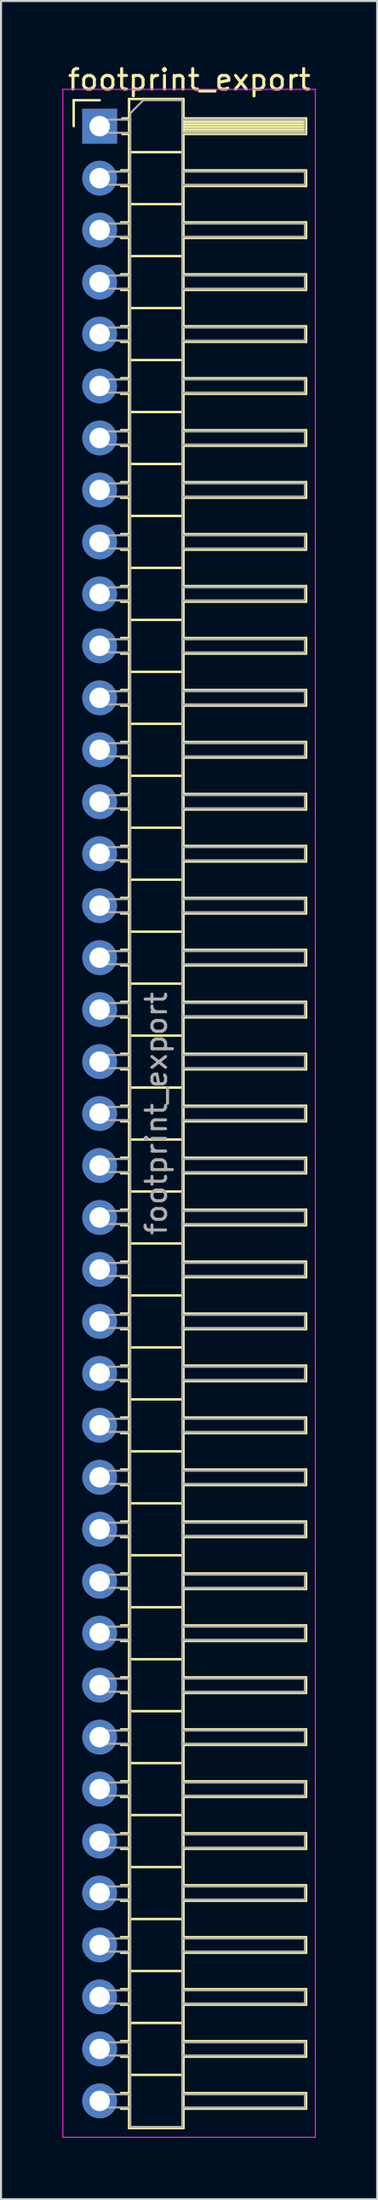
<source format=kicad_pcb>
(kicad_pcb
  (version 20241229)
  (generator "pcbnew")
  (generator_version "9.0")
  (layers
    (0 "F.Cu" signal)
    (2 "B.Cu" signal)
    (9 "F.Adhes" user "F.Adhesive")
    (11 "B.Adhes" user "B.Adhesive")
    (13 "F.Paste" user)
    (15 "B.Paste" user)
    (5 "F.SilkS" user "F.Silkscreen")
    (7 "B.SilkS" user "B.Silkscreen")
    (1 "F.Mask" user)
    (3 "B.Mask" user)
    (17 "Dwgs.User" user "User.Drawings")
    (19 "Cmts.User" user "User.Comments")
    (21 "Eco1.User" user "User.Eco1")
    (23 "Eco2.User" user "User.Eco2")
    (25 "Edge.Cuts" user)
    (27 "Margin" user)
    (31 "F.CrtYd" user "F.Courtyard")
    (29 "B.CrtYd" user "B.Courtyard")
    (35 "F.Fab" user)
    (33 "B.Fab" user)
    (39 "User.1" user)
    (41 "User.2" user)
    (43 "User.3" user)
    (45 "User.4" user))
  (footprint "footprint_export"
    (layer "F.Cu")
    (at 1.825 3.118)
    (property "Reference" "footprint_export" (at 4.385 -2.27 0) (layer "F.SilkS") (effects (font (size 1 1) (thickness 0.15))))
    (attr through_hole)
    (fp_line (start -1.27 -1.27) (end 0 -1.27) (stroke (width 0.12) (type solid)) (layer "F.SilkS"))
    (fp_line (start -1.27 0) (end -1.27 -1.27) (stroke (width 0.12) (type solid)) (layer "F.SilkS"))
    (fp_line (start 1.043 2.16) (end 1.44 2.16) (stroke (width 0.12) (type solid)) (layer "F.SilkS"))
    (fp_line (start 1.043 2.92) (end 1.44 2.92) (stroke (width 0.12) (type solid)) (layer "F.SilkS"))
    (fp_line (start 1.043 4.7) (end 1.44 4.7) (stroke (width 0.12) (type solid)) (layer "F.SilkS"))
    (fp_line (start 1.043 5.46) (end 1.44 5.46) (stroke (width 0.12) (type solid)) (layer "F.SilkS"))
    (fp_line (start 1.043 7.24) (end 1.44 7.24) (stroke (width 0.12) (type solid)) (layer "F.SilkS"))
    (fp_line (start 1.043 8) (end 1.44 8) (stroke (width 0.12) (type solid)) (layer "F.SilkS"))
    (fp_line (start 1.043 9.78) (end 1.44 9.78) (stroke (width 0.12) (type solid)) (layer "F.SilkS"))
    (fp_line (start 1.043 10.54) (end 1.44 10.54) (stroke (width 0.12) (type solid)) (layer "F.SilkS"))
    (fp_line (start 1.043 12.32) (end 1.44 12.32) (stroke (width 0.12) (type solid)) (layer "F.SilkS"))
    (fp_line (start 1.043 13.08) (end 1.44 13.08) (stroke (width 0.12) (type solid)) (layer "F.SilkS"))
    (fp_line (start 1.043 14.86) (end 1.44 14.86) (stroke (width 0.12) (type solid)) (layer "F.SilkS"))
    (fp_line (start 1.043 15.62) (end 1.44 15.62) (stroke (width 0.12) (type solid)) (layer "F.SilkS"))
    (fp_line (start 1.043 17.4) (end 1.44 17.4) (stroke (width 0.12) (type solid)) (layer "F.SilkS"))
    (fp_line (start 1.043 18.16) (end 1.44 18.16) (stroke (width 0.12) (type solid)) (layer "F.SilkS"))
    (fp_line (start 1.043 19.94) (end 1.44 19.94) (stroke (width 0.12) (type solid)) (layer "F.SilkS"))
    (fp_line (start 1.043 20.7) (end 1.44 20.7) (stroke (width 0.12) (type solid)) (layer "F.SilkS"))
    (fp_line (start 1.043 22.48) (end 1.44 22.48) (stroke (width 0.12) (type solid)) (layer "F.SilkS"))
    (fp_line (start 1.043 23.24) (end 1.44 23.24) (stroke (width 0.12) (type solid)) (layer "F.SilkS"))
    (fp_line (start 1.043 25.02) (end 1.44 25.02) (stroke (width 0.12) (type solid)) (layer "F.SilkS"))
    (fp_line (start 1.043 25.78) (end 1.44 25.78) (stroke (width 0.12) (type solid)) (layer "F.SilkS"))
    (fp_line (start 1.043 27.56) (end 1.44 27.56) (stroke (width 0.12) (type solid)) (layer "F.SilkS"))
    (fp_line (start 1.043 28.32) (end 1.44 28.32) (stroke (width 0.12) (type solid)) (layer "F.SilkS"))
    (fp_line (start 1.043 30.1) (end 1.44 30.1) (stroke (width 0.12) (type solid)) (layer "F.SilkS"))
    (fp_line (start 1.043 30.86) (end 1.44 30.86) (stroke (width 0.12) (type solid)) (layer "F.SilkS"))
    (fp_line (start 1.043 32.64) (end 1.44 32.64) (stroke (width 0.12) (type solid)) (layer "F.SilkS"))
    (fp_line (start 1.043 33.4) (end 1.44 33.4) (stroke (width 0.12) (type solid)) (layer "F.SilkS"))
    (fp_line (start 1.043 35.18) (end 1.44 35.18) (stroke (width 0.12) (type solid)) (layer "F.SilkS"))
    (fp_line (start 1.043 35.94) (end 1.44 35.94) (stroke (width 0.12) (type solid)) (layer "F.SilkS"))
    (fp_line (start 1.043 37.72) (end 1.44 37.72) (stroke (width 0.12) (type solid)) (layer "F.SilkS"))
    (fp_line (start 1.043 38.48) (end 1.44 38.48) (stroke (width 0.12) (type solid)) (layer "F.SilkS"))
    (fp_line (start 1.043 40.26) (end 1.44 40.26) (stroke (width 0.12) (type solid)) (layer "F.SilkS"))
    (fp_line (start 1.043 41.02) (end 1.44 41.02) (stroke (width 0.12) (type solid)) (layer "F.SilkS"))
    (fp_line (start 1.043 42.8) (end 1.44 42.8) (stroke (width 0.12) (type solid)) (layer "F.SilkS"))
    (fp_line (start 1.043 43.56) (end 1.44 43.56) (stroke (width 0.12) (type solid)) (layer "F.SilkS"))
    (fp_line (start 1.043 45.34) (end 1.44 45.34) (stroke (width 0.12) (type solid)) (layer "F.SilkS"))
    (fp_line (start 1.043 46.1) (end 1.44 46.1) (stroke (width 0.12) (type solid)) (layer "F.SilkS"))
    (fp_line (start 1.043 47.88) (end 1.44 47.88) (stroke (width 0.12) (type solid)) (layer "F.SilkS"))
    (fp_line (start 1.043 48.64) (end 1.44 48.64) (stroke (width 0.12) (type solid)) (layer "F.SilkS"))
    (fp_line (start 1.043 50.42) (end 1.44 50.42) (stroke (width 0.12) (type solid)) (layer "F.SilkS"))
    (fp_line (start 1.043 51.18) (end 1.44 51.18) (stroke (width 0.12) (type solid)) (layer "F.SilkS"))
    (fp_line (start 1.043 52.96) (end 1.44 52.96) (stroke (width 0.12) (type solid)) (layer "F.SilkS"))
    (fp_line (start 1.043 53.72) (end 1.44 53.72) (stroke (width 0.12) (type solid)) (layer "F.SilkS"))
    (fp_line (start 1.043 55.5) (end 1.44 55.5) (stroke (width 0.12) (type solid)) (layer "F.SilkS"))
    (fp_line (start 1.043 56.26) (end 1.44 56.26) (stroke (width 0.12) (type solid)) (layer "F.SilkS"))
    (fp_line (start 1.043 58.04) (end 1.44 58.04) (stroke (width 0.12) (type solid)) (layer "F.SilkS"))
    (fp_line (start 1.043 58.8) (end 1.44 58.8) (stroke (width 0.12) (type solid)) (layer "F.SilkS"))
    (fp_line (start 1.043 60.58) (end 1.44 60.58) (stroke (width 0.12) (type solid)) (layer "F.SilkS"))
    (fp_line (start 1.043 61.34) (end 1.44 61.34) (stroke (width 0.12) (type solid)) (layer "F.SilkS"))
    (fp_line (start 1.043 63.12) (end 1.44 63.12) (stroke (width 0.12) (type solid)) (layer "F.SilkS"))
    (fp_line (start 1.043 63.88) (end 1.44 63.88) (stroke (width 0.12) (type solid)) (layer "F.SilkS"))
    (fp_line (start 1.043 65.66) (end 1.44 65.66) (stroke (width 0.12) (type solid)) (layer "F.SilkS"))
    (fp_line (start 1.043 66.42) (end 1.44 66.42) (stroke (width 0.12) (type solid)) (layer "F.SilkS"))
    (fp_line (start 1.043 68.2) (end 1.44 68.2) (stroke (width 0.12) (type solid)) (layer "F.SilkS"))
    (fp_line (start 1.043 68.96) (end 1.44 68.96) (stroke (width 0.12) (type solid)) (layer "F.SilkS"))
    (fp_line (start 1.043 70.74) (end 1.44 70.74) (stroke (width 0.12) (type solid)) (layer "F.SilkS"))
    (fp_line (start 1.043 71.5) (end 1.44 71.5) (stroke (width 0.12) (type solid)) (layer "F.SilkS"))
    (fp_line (start 1.043 73.28) (end 1.44 73.28) (stroke (width 0.12) (type solid)) (layer "F.SilkS"))
    (fp_line (start 1.043 74.04) (end 1.44 74.04) (stroke (width 0.12) (type solid)) (layer "F.SilkS"))
    (fp_line (start 1.043 75.82) (end 1.44 75.82) (stroke (width 0.12) (type solid)) (layer "F.SilkS"))
    (fp_line (start 1.043 76.58) (end 1.44 76.58) (stroke (width 0.12) (type solid)) (layer "F.SilkS"))
    (fp_line (start 1.043 78.36) (end 1.44 78.36) (stroke (width 0.12) (type solid)) (layer "F.SilkS"))
    (fp_line (start 1.043 79.12) (end 1.44 79.12) (stroke (width 0.12) (type solid)) (layer "F.SilkS"))
    (fp_line (start 1.043 80.9) (end 1.44 80.9) (stroke (width 0.12) (type solid)) (layer "F.SilkS"))
    (fp_line (start 1.043 81.66) (end 1.44 81.66) (stroke (width 0.12) (type solid)) (layer "F.SilkS"))
    (fp_line (start 1.043 83.44) (end 1.44 83.44) (stroke (width 0.12) (type solid)) (layer "F.SilkS"))
    (fp_line (start 1.043 84.2) (end 1.44 84.2) (stroke (width 0.12) (type solid)) (layer "F.SilkS"))
    (fp_line (start 1.043 85.98) (end 1.44 85.98) (stroke (width 0.12) (type solid)) (layer "F.SilkS"))
    (fp_line (start 1.043 86.74) (end 1.44 86.74) (stroke (width 0.12) (type solid)) (layer "F.SilkS"))
    (fp_line (start 1.043 88.52) (end 1.44 88.52) (stroke (width 0.12) (type solid)) (layer "F.SilkS"))
    (fp_line (start 1.043 89.28) (end 1.44 89.28) (stroke (width 0.12) (type solid)) (layer "F.SilkS"))
    (fp_line (start 1.043 91.06) (end 1.44 91.06) (stroke (width 0.12) (type solid)) (layer "F.SilkS"))
    (fp_line (start 1.043 91.82) (end 1.44 91.82) (stroke (width 0.12) (type solid)) (layer "F.SilkS"))
    (fp_line (start 1.043 93.6) (end 1.44 93.6) (stroke (width 0.12) (type solid)) (layer "F.SilkS"))
    (fp_line (start 1.043 94.36) (end 1.44 94.36) (stroke (width 0.12) (type solid)) (layer "F.SilkS"))
    (fp_line (start 1.043 96.14) (end 1.44 96.14) (stroke (width 0.12) (type solid)) (layer "F.SilkS"))
    (fp_line (start 1.043 96.9) (end 1.44 96.9) (stroke (width 0.12) (type solid)) (layer "F.SilkS"))
    (fp_line (start 1.11 -0.38) (end 1.44 -0.38) (stroke (width 0.12) (type solid)) (layer "F.SilkS"))
    (fp_line (start 1.11 0.38) (end 1.44 0.38) (stroke (width 0.12) (type solid)) (layer "F.SilkS"))
    (fp_line (start 1.44 -1.33) (end 1.44 97.85) (stroke (width 0.12) (type solid)) (layer "F.SilkS"))
    (fp_line (start 1.44 1.27) (end 4.1 1.27) (stroke (width 0.12) (type solid)) (layer "F.SilkS"))
    (fp_line (start 1.44 3.81) (end 4.1 3.81) (stroke (width 0.12) (type solid)) (layer "F.SilkS"))
    (fp_line (start 1.44 6.35) (end 4.1 6.35) (stroke (width 0.12) (type solid)) (layer "F.SilkS"))
    (fp_line (start 1.44 8.89) (end 4.1 8.89) (stroke (width 0.12) (type solid)) (layer "F.SilkS"))
    (fp_line (start 1.44 11.43) (end 4.1 11.43) (stroke (width 0.12) (type solid)) (layer "F.SilkS"))
    (fp_line (start 1.44 13.97) (end 4.1 13.97) (stroke (width 0.12) (type solid)) (layer "F.SilkS"))
    (fp_line (start 1.44 16.51) (end 4.1 16.51) (stroke (width 0.12) (type solid)) (layer "F.SilkS"))
    (fp_line (start 1.44 19.05) (end 4.1 19.05) (stroke (width 0.12) (type solid)) (layer "F.SilkS"))
    (fp_line (start 1.44 21.59) (end 4.1 21.59) (stroke (width 0.12) (type solid)) (layer "F.SilkS"))
    (fp_line (start 1.44 24.13) (end 4.1 24.13) (stroke (width 0.12) (type solid)) (layer "F.SilkS"))
    (fp_line (start 1.44 26.67) (end 4.1 26.67) (stroke (width 0.12) (type solid)) (layer "F.SilkS"))
    (fp_line (start 1.44 29.21) (end 4.1 29.21) (stroke (width 0.12) (type solid)) (layer "F.SilkS"))
    (fp_line (start 1.44 31.75) (end 4.1 31.75) (stroke (width 0.12) (type solid)) (layer "F.SilkS"))
    (fp_line (start 1.44 34.29) (end 4.1 34.29) (stroke (width 0.12) (type solid)) (layer "F.SilkS"))
    (fp_line (start 1.44 36.83) (end 4.1 36.83) (stroke (width 0.12) (type solid)) (layer "F.SilkS"))
    (fp_line (start 1.44 39.37) (end 4.1 39.37) (stroke (width 0.12) (type solid)) (layer "F.SilkS"))
    (fp_line (start 1.44 41.91) (end 4.1 41.91) (stroke (width 0.12) (type solid)) (layer "F.SilkS"))
    (fp_line (start 1.44 44.45) (end 4.1 44.45) (stroke (width 0.12) (type solid)) (layer "F.SilkS"))
    (fp_line (start 1.44 46.99) (end 4.1 46.99) (stroke (width 0.12) (type solid)) (layer "F.SilkS"))
    (fp_line (start 1.44 49.53) (end 4.1 49.53) (stroke (width 0.12) (type solid)) (layer "F.SilkS"))
    (fp_line (start 1.44 52.07) (end 4.1 52.07) (stroke (width 0.12) (type solid)) (layer "F.SilkS"))
    (fp_line (start 1.44 54.61) (end 4.1 54.61) (stroke (width 0.12) (type solid)) (layer "F.SilkS"))
    (fp_line (start 1.44 57.15) (end 4.1 57.15) (stroke (width 0.12) (type solid)) (layer "F.SilkS"))
    (fp_line (start 1.44 59.69) (end 4.1 59.69) (stroke (width 0.12) (type solid)) (layer "F.SilkS"))
    (fp_line (start 1.44 62.23) (end 4.1 62.23) (stroke (width 0.12) (type solid)) (layer "F.SilkS"))
    (fp_line (start 1.44 64.77) (end 4.1 64.77) (stroke (width 0.12) (type solid)) (layer "F.SilkS"))
    (fp_line (start 1.44 67.31) (end 4.1 67.31) (stroke (width 0.12) (type solid)) (layer "F.SilkS"))
    (fp_line (start 1.44 69.85) (end 4.1 69.85) (stroke (width 0.12) (type solid)) (layer "F.SilkS"))
    (fp_line (start 1.44 72.39) (end 4.1 72.39) (stroke (width 0.12) (type solid)) (layer "F.SilkS"))
    (fp_line (start 1.44 74.93) (end 4.1 74.93) (stroke (width 0.12) (type solid)) (layer "F.SilkS"))
    (fp_line (start 1.44 77.47) (end 4.1 77.47) (stroke (width 0.12) (type solid)) (layer "F.SilkS"))
    (fp_line (start 1.44 80.01) (end 4.1 80.01) (stroke (width 0.12) (type solid)) (layer "F.SilkS"))
    (fp_line (start 1.44 82.55) (end 4.1 82.55) (stroke (width 0.12) (type solid)) (layer "F.SilkS"))
    (fp_line (start 1.44 85.09) (end 4.1 85.09) (stroke (width 0.12) (type solid)) (layer "F.SilkS"))
    (fp_line (start 1.44 87.63) (end 4.1 87.63) (stroke (width 0.12) (type solid)) (layer "F.SilkS"))
    (fp_line (start 1.44 90.17) (end 4.1 90.17) (stroke (width 0.12) (type solid)) (layer "F.SilkS"))
    (fp_line (start 1.44 92.71) (end 4.1 92.71) (stroke (width 0.12) (type solid)) (layer "F.SilkS"))
    (fp_line (start 1.44 95.25) (end 4.1 95.25) (stroke (width 0.12) (type solid)) (layer "F.SilkS"))
    (fp_line (start 1.44 97.85) (end 4.1 97.85) (stroke (width 0.12) (type solid)) (layer "F.SilkS"))
    (fp_line (start 4.1 -1.33) (end 1.44 -1.33) (stroke (width 0.12) (type solid)) (layer "F.SilkS"))
    (fp_line (start 4.1 -0.38) (end 10.1 -0.38) (stroke (width 0.12) (type solid)) (layer "F.SilkS"))
    (fp_line (start 4.1 -0.32) (end 10.1 -0.32) (stroke (width 0.12) (type solid)) (layer "F.SilkS"))
    (fp_line (start 4.1 -0.2) (end 10.1 -0.2) (stroke (width 0.12) (type solid)) (layer "F.SilkS"))
    (fp_line (start 4.1 -0.08) (end 10.1 -0.08) (stroke (width 0.12) (type solid)) (layer "F.SilkS"))
    (fp_line (start 4.1 0.04) (end 10.1 0.04) (stroke (width 0.12) (type solid)) (layer "F.SilkS"))
    (fp_line (start 4.1 0.16) (end 10.1 0.16) (stroke (width 0.12) (type solid)) (layer "F.SilkS"))
    (fp_line (start 4.1 0.28) (end 10.1 0.28) (stroke (width 0.12) (type solid)) (layer "F.SilkS"))
    (fp_line (start 4.1 2.16) (end 10.1 2.16) (stroke (width 0.12) (type solid)) (layer "F.SilkS"))
    (fp_line (start 4.1 4.7) (end 10.1 4.7) (stroke (width 0.12) (type solid)) (layer "F.SilkS"))
    (fp_line (start 4.1 7.24) (end 10.1 7.24) (stroke (width 0.12) (type solid)) (layer "F.SilkS"))
    (fp_line (start 4.1 9.78) (end 10.1 9.78) (stroke (width 0.12) (type solid)) (layer "F.SilkS"))
    (fp_line (start 4.1 12.32) (end 10.1 12.32) (stroke (width 0.12) (type solid)) (layer "F.SilkS"))
    (fp_line (start 4.1 14.86) (end 10.1 14.86) (stroke (width 0.12) (type solid)) (layer "F.SilkS"))
    (fp_line (start 4.1 17.4) (end 10.1 17.4) (stroke (width 0.12) (type solid)) (layer "F.SilkS"))
    (fp_line (start 4.1 19.94) (end 10.1 19.94) (stroke (width 0.12) (type solid)) (layer "F.SilkS"))
    (fp_line (start 4.1 22.48) (end 10.1 22.48) (stroke (width 0.12) (type solid)) (layer "F.SilkS"))
    (fp_line (start 4.1 25.02) (end 10.1 25.02) (stroke (width 0.12) (type solid)) (layer "F.SilkS"))
    (fp_line (start 4.1 27.56) (end 10.1 27.56) (stroke (width 0.12) (type solid)) (layer "F.SilkS"))
    (fp_line (start 4.1 30.1) (end 10.1 30.1) (stroke (width 0.12) (type solid)) (layer "F.SilkS"))
    (fp_line (start 4.1 32.64) (end 10.1 32.64) (stroke (width 0.12) (type solid)) (layer "F.SilkS"))
    (fp_line (start 4.1 35.18) (end 10.1 35.18) (stroke (width 0.12) (type solid)) (layer "F.SilkS"))
    (fp_line (start 4.1 37.72) (end 10.1 37.72) (stroke (width 0.12) (type solid)) (layer "F.SilkS"))
    (fp_line (start 4.1 40.26) (end 10.1 40.26) (stroke (width 0.12) (type solid)) (layer "F.SilkS"))
    (fp_line (start 4.1 42.8) (end 10.1 42.8) (stroke (width 0.12) (type solid)) (layer "F.SilkS"))
    (fp_line (start 4.1 45.34) (end 10.1 45.34) (stroke (width 0.12) (type solid)) (layer "F.SilkS"))
    (fp_line (start 4.1 47.88) (end 10.1 47.88) (stroke (width 0.12) (type solid)) (layer "F.SilkS"))
    (fp_line (start 4.1 50.42) (end 10.1 50.42) (stroke (width 0.12) (type solid)) (layer "F.SilkS"))
    (fp_line (start 4.1 52.96) (end 10.1 52.96) (stroke (width 0.12) (type solid)) (layer "F.SilkS"))
    (fp_line (start 4.1 55.5) (end 10.1 55.5) (stroke (width 0.12) (type solid)) (layer "F.SilkS"))
    (fp_line (start 4.1 58.04) (end 10.1 58.04) (stroke (width 0.12) (type solid)) (layer "F.SilkS"))
    (fp_line (start 4.1 60.58) (end 10.1 60.58) (stroke (width 0.12) (type solid)) (layer "F.SilkS"))
    (fp_line (start 4.1 63.12) (end 10.1 63.12) (stroke (width 0.12) (type solid)) (layer "F.SilkS"))
    (fp_line (start 4.1 65.66) (end 10.1 65.66) (stroke (width 0.12) (type solid)) (layer "F.SilkS"))
    (fp_line (start 4.1 68.2) (end 10.1 68.2) (stroke (width 0.12) (type solid)) (layer "F.SilkS"))
    (fp_line (start 4.1 70.74) (end 10.1 70.74) (stroke (width 0.12) (type solid)) (layer "F.SilkS"))
    (fp_line (start 4.1 73.28) (end 10.1 73.28) (stroke (width 0.12) (type solid)) (layer "F.SilkS"))
    (fp_line (start 4.1 75.82) (end 10.1 75.82) (stroke (width 0.12) (type solid)) (layer "F.SilkS"))
    (fp_line (start 4.1 78.36) (end 10.1 78.36) (stroke (width 0.12) (type solid)) (layer "F.SilkS"))
    (fp_line (start 4.1 80.9) (end 10.1 80.9) (stroke (width 0.12) (type solid)) (layer "F.SilkS"))
    (fp_line (start 4.1 83.44) (end 10.1 83.44) (stroke (width 0.12) (type solid)) (layer "F.SilkS"))
    (fp_line (start 4.1 85.98) (end 10.1 85.98) (stroke (width 0.12) (type solid)) (layer "F.SilkS"))
    (fp_line (start 4.1 88.52) (end 10.1 88.52) (stroke (width 0.12) (type solid)) (layer "F.SilkS"))
    (fp_line (start 4.1 91.06) (end 10.1 91.06) (stroke (width 0.12) (type solid)) (layer "F.SilkS"))
    (fp_line (start 4.1 93.6) (end 10.1 93.6) (stroke (width 0.12) (type solid)) (layer "F.SilkS"))
    (fp_line (start 4.1 96.14) (end 10.1 96.14) (stroke (width 0.12) (type solid)) (layer "F.SilkS"))
    (fp_line (start 4.1 97.85) (end 4.1 -1.33) (stroke (width 0.12) (type solid)) (layer "F.SilkS"))
    (fp_line (start 10.1 -0.38) (end 10.1 0.38) (stroke (width 0.12) (type solid)) (layer "F.SilkS"))
    (fp_line (start 10.1 0.38) (end 4.1 0.38) (stroke (width 0.12) (type solid)) (layer "F.SilkS"))
    (fp_line (start 10.1 2.16) (end 10.1 2.92) (stroke (width 0.12) (type solid)) (layer "F.SilkS"))
    (fp_line (start 10.1 2.92) (end 4.1 2.92) (stroke (width 0.12) (type solid)) (layer "F.SilkS"))
    (fp_line (start 10.1 4.7) (end 10.1 5.46) (stroke (width 0.12) (type solid)) (layer "F.SilkS"))
    (fp_line (start 10.1 5.46) (end 4.1 5.46) (stroke (width 0.12) (type solid)) (layer "F.SilkS"))
    (fp_line (start 10.1 7.24) (end 10.1 8) (stroke (width 0.12) (type solid)) (layer "F.SilkS"))
    (fp_line (start 10.1 8) (end 4.1 8) (stroke (width 0.12) (type solid)) (layer "F.SilkS"))
    (fp_line (start 10.1 9.78) (end 10.1 10.54) (stroke (width 0.12) (type solid)) (layer "F.SilkS"))
    (fp_line (start 10.1 10.54) (end 4.1 10.54) (stroke (width 0.12) (type solid)) (layer "F.SilkS"))
    (fp_line (start 10.1 12.32) (end 10.1 13.08) (stroke (width 0.12) (type solid)) (layer "F.SilkS"))
    (fp_line (start 10.1 13.08) (end 4.1 13.08) (stroke (width 0.12) (type solid)) (layer "F.SilkS"))
    (fp_line (start 10.1 14.86) (end 10.1 15.62) (stroke (width 0.12) (type solid)) (layer "F.SilkS"))
    (fp_line (start 10.1 15.62) (end 4.1 15.62) (stroke (width 0.12) (type solid)) (layer "F.SilkS"))
    (fp_line (start 10.1 17.4) (end 10.1 18.16) (stroke (width 0.12) (type solid)) (layer "F.SilkS"))
    (fp_line (start 10.1 18.16) (end 4.1 18.16) (stroke (width 0.12) (type solid)) (layer "F.SilkS"))
    (fp_line (start 10.1 19.94) (end 10.1 20.7) (stroke (width 0.12) (type solid)) (layer "F.SilkS"))
    (fp_line (start 10.1 20.7) (end 4.1 20.7) (stroke (width 0.12) (type solid)) (layer "F.SilkS"))
    (fp_line (start 10.1 22.48) (end 10.1 23.24) (stroke (width 0.12) (type solid)) (layer "F.SilkS"))
    (fp_line (start 10.1 23.24) (end 4.1 23.24) (stroke (width 0.12) (type solid)) (layer "F.SilkS"))
    (fp_line (start 10.1 25.02) (end 10.1 25.78) (stroke (width 0.12) (type solid)) (layer "F.SilkS"))
    (fp_line (start 10.1 25.78) (end 4.1 25.78) (stroke (width 0.12) (type solid)) (layer "F.SilkS"))
    (fp_line (start 10.1 27.56) (end 10.1 28.32) (stroke (width 0.12) (type solid)) (layer "F.SilkS"))
    (fp_line (start 10.1 28.32) (end 4.1 28.32) (stroke (width 0.12) (type solid)) (layer "F.SilkS"))
    (fp_line (start 10.1 30.1) (end 10.1 30.86) (stroke (width 0.12) (type solid)) (layer "F.SilkS"))
    (fp_line (start 10.1 30.86) (end 4.1 30.86) (stroke (width 0.12) (type solid)) (layer "F.SilkS"))
    (fp_line (start 10.1 32.64) (end 10.1 33.4) (stroke (width 0.12) (type solid)) (layer "F.SilkS"))
    (fp_line (start 10.1 33.4) (end 4.1 33.4) (stroke (width 0.12) (type solid)) (layer "F.SilkS"))
    (fp_line (start 10.1 35.18) (end 10.1 35.94) (stroke (width 0.12) (type solid)) (layer "F.SilkS"))
    (fp_line (start 10.1 35.94) (end 4.1 35.94) (stroke (width 0.12) (type solid)) (layer "F.SilkS"))
    (fp_line (start 10.1 37.72) (end 10.1 38.48) (stroke (width 0.12) (type solid)) (layer "F.SilkS"))
    (fp_line (start 10.1 38.48) (end 4.1 38.48) (stroke (width 0.12) (type solid)) (layer "F.SilkS"))
    (fp_line (start 10.1 40.26) (end 10.1 41.02) (stroke (width 0.12) (type solid)) (layer "F.SilkS"))
    (fp_line (start 10.1 41.02) (end 4.1 41.02) (stroke (width 0.12) (type solid)) (layer "F.SilkS"))
    (fp_line (start 10.1 42.8) (end 10.1 43.56) (stroke (width 0.12) (type solid)) (layer "F.SilkS"))
    (fp_line (start 10.1 43.56) (end 4.1 43.56) (stroke (width 0.12) (type solid)) (layer "F.SilkS"))
    (fp_line (start 10.1 45.34) (end 10.1 46.1) (stroke (width 0.12) (type solid)) (layer "F.SilkS"))
    (fp_line (start 10.1 46.1) (end 4.1 46.1) (stroke (width 0.12) (type solid)) (layer "F.SilkS"))
    (fp_line (start 10.1 47.88) (end 10.1 48.64) (stroke (width 0.12) (type solid)) (layer "F.SilkS"))
    (fp_line (start 10.1 48.64) (end 4.1 48.64) (stroke (width 0.12) (type solid)) (layer "F.SilkS"))
    (fp_line (start 10.1 50.42) (end 10.1 51.18) (stroke (width 0.12) (type solid)) (layer "F.SilkS"))
    (fp_line (start 10.1 51.18) (end 4.1 51.18) (stroke (width 0.12) (type solid)) (layer "F.SilkS"))
    (fp_line (start 10.1 52.96) (end 10.1 53.72) (stroke (width 0.12) (type solid)) (layer "F.SilkS"))
    (fp_line (start 10.1 53.72) (end 4.1 53.72) (stroke (width 0.12) (type solid)) (layer "F.SilkS"))
    (fp_line (start 10.1 55.5) (end 10.1 56.26) (stroke (width 0.12) (type solid)) (layer "F.SilkS"))
    (fp_line (start 10.1 56.26) (end 4.1 56.26) (stroke (width 0.12) (type solid)) (layer "F.SilkS"))
    (fp_line (start 10.1 58.04) (end 10.1 58.8) (stroke (width 0.12) (type solid)) (layer "F.SilkS"))
    (fp_line (start 10.1 58.8) (end 4.1 58.8) (stroke (width 0.12) (type solid)) (layer "F.SilkS"))
    (fp_line (start 10.1 60.58) (end 10.1 61.34) (stroke (width 0.12) (type solid)) (layer "F.SilkS"))
    (fp_line (start 10.1 61.34) (end 4.1 61.34) (stroke (width 0.12) (type solid)) (layer "F.SilkS"))
    (fp_line (start 10.1 63.12) (end 10.1 63.88) (stroke (width 0.12) (type solid)) (layer "F.SilkS"))
    (fp_line (start 10.1 63.88) (end 4.1 63.88) (stroke (width 0.12) (type solid)) (layer "F.SilkS"))
    (fp_line (start 10.1 65.66) (end 10.1 66.42) (stroke (width 0.12) (type solid)) (layer "F.SilkS"))
    (fp_line (start 10.1 66.42) (end 4.1 66.42) (stroke (width 0.12) (type solid)) (layer "F.SilkS"))
    (fp_line (start 10.1 68.2) (end 10.1 68.96) (stroke (width 0.12) (type solid)) (layer "F.SilkS"))
    (fp_line (start 10.1 68.96) (end 4.1 68.96) (stroke (width 0.12) (type solid)) (layer "F.SilkS"))
    (fp_line (start 10.1 70.74) (end 10.1 71.5) (stroke (width 0.12) (type solid)) (layer "F.SilkS"))
    (fp_line (start 10.1 71.5) (end 4.1 71.5) (stroke (width 0.12) (type solid)) (layer "F.SilkS"))
    (fp_line (start 10.1 73.28) (end 10.1 74.04) (stroke (width 0.12) (type solid)) (layer "F.SilkS"))
    (fp_line (start 10.1 74.04) (end 4.1 74.04) (stroke (width 0.12) (type solid)) (layer "F.SilkS"))
    (fp_line (start 10.1 75.82) (end 10.1 76.58) (stroke (width 0.12) (type solid)) (layer "F.SilkS"))
    (fp_line (start 10.1 76.58) (end 4.1 76.58) (stroke (width 0.12) (type solid)) (layer "F.SilkS"))
    (fp_line (start 10.1 78.36) (end 10.1 79.12) (stroke (width 0.12) (type solid)) (layer "F.SilkS"))
    (fp_line (start 10.1 79.12) (end 4.1 79.12) (stroke (width 0.12) (type solid)) (layer "F.SilkS"))
    (fp_line (start 10.1 80.9) (end 10.1 81.66) (stroke (width 0.12) (type solid)) (layer "F.SilkS"))
    (fp_line (start 10.1 81.66) (end 4.1 81.66) (stroke (width 0.12) (type solid)) (layer "F.SilkS"))
    (fp_line (start 10.1 83.44) (end 10.1 84.2) (stroke (width 0.12) (type solid)) (layer "F.SilkS"))
    (fp_line (start 10.1 84.2) (end 4.1 84.2) (stroke (width 0.12) (type solid)) (layer "F.SilkS"))
    (fp_line (start 10.1 85.98) (end 10.1 86.74) (stroke (width 0.12) (type solid)) (layer "F.SilkS"))
    (fp_line (start 10.1 86.74) (end 4.1 86.74) (stroke (width 0.12) (type solid)) (layer "F.SilkS"))
    (fp_line (start 10.1 88.52) (end 10.1 89.28) (stroke (width 0.12) (type solid)) (layer "F.SilkS"))
    (fp_line (start 10.1 89.28) (end 4.1 89.28) (stroke (width 0.12) (type solid)) (layer "F.SilkS"))
    (fp_line (start 10.1 91.06) (end 10.1 91.82) (stroke (width 0.12) (type solid)) (layer "F.SilkS"))
    (fp_line (start 10.1 91.82) (end 4.1 91.82) (stroke (width 0.12) (type solid)) (layer "F.SilkS"))
    (fp_line (start 10.1 93.6) (end 10.1 94.36) (stroke (width 0.12) (type solid)) (layer "F.SilkS"))
    (fp_line (start 10.1 94.36) (end 4.1 94.36) (stroke (width 0.12) (type solid)) (layer "F.SilkS"))
    (fp_line (start 10.1 96.14) (end 10.1 96.9) (stroke (width 0.12) (type solid)) (layer "F.SilkS"))
    (fp_line (start 10.1 96.9) (end 4.1 96.9) (stroke (width 0.12) (type solid)) (layer "F.SilkS"))
    (fp_line (start -1.8 -1.8) (end -1.8 98.3) (stroke (width 0.05) (type solid)) (layer "F.CrtYd"))
    (fp_line (start -1.8 98.3) (end 10.55 98.3) (stroke (width 0.05) (type solid)) (layer "F.CrtYd"))
    (fp_line (start 10.55 -1.8) (end -1.8 -1.8) (stroke (width 0.05) (type solid)) (layer "F.CrtYd"))
    (fp_line (start 10.55 98.3) (end 10.55 -1.8) (stroke (width 0.05) (type solid)) (layer "F.CrtYd"))
    (fp_line (start -0.32 -0.32) (end -0.32 0.32) (stroke (width 0.1) (type solid)) (layer "F.Fab"))
    (fp_line (start -0.32 -0.32) (end 1.5 -0.32) (stroke (width 0.1) (type solid)) (layer "F.Fab"))
    (fp_line (start -0.32 0.32) (end 1.5 0.32) (stroke (width 0.1) (type solid)) (layer "F.Fab"))
    (fp_line (start -0.32 2.22) (end -0.32 2.86) (stroke (width 0.1) (type solid)) (layer "F.Fab"))
    (fp_line (start -0.32 2.22) (end 1.5 2.22) (stroke (width 0.1) (type solid)) (layer "F.Fab"))
    (fp_line (start -0.32 2.86) (end 1.5 2.86) (stroke (width 0.1) (type solid)) (layer "F.Fab"))
    (fp_line (start -0.32 4.76) (end -0.32 5.4) (stroke (width 0.1) (type solid)) (layer "F.Fab"))
    (fp_line (start -0.32 4.76) (end 1.5 4.76) (stroke (width 0.1) (type solid)) (layer "F.Fab"))
    (fp_line (start -0.32 5.4) (end 1.5 5.4) (stroke (width 0.1) (type solid)) (layer "F.Fab"))
    (fp_line (start -0.32 7.3) (end -0.32 7.94) (stroke (width 0.1) (type solid)) (layer "F.Fab"))
    (fp_line (start -0.32 7.3) (end 1.5 7.3) (stroke (width 0.1) (type solid)) (layer "F.Fab"))
    (fp_line (start -0.32 7.94) (end 1.5 7.94) (stroke (width 0.1) (type solid)) (layer "F.Fab"))
    (fp_line (start -0.32 9.84) (end -0.32 10.48) (stroke (width 0.1) (type solid)) (layer "F.Fab"))
    (fp_line (start -0.32 9.84) (end 1.5 9.84) (stroke (width 0.1) (type solid)) (layer "F.Fab"))
    (fp_line (start -0.32 10.48) (end 1.5 10.48) (stroke (width 0.1) (type solid)) (layer "F.Fab"))
    (fp_line (start -0.32 12.38) (end -0.32 13.02) (stroke (width 0.1) (type solid)) (layer "F.Fab"))
    (fp_line (start -0.32 12.38) (end 1.5 12.38) (stroke (width 0.1) (type solid)) (layer "F.Fab"))
    (fp_line (start -0.32 13.02) (end 1.5 13.02) (stroke (width 0.1) (type solid)) (layer "F.Fab"))
    (fp_line (start -0.32 14.92) (end -0.32 15.56) (stroke (width 0.1) (type solid)) (layer "F.Fab"))
    (fp_line (start -0.32 14.92) (end 1.5 14.92) (stroke (width 0.1) (type solid)) (layer "F.Fab"))
    (fp_line (start -0.32 15.56) (end 1.5 15.56) (stroke (width 0.1) (type solid)) (layer "F.Fab"))
    (fp_line (start -0.32 17.46) (end -0.32 18.1) (stroke (width 0.1) (type solid)) (layer "F.Fab"))
    (fp_line (start -0.32 17.46) (end 1.5 17.46) (stroke (width 0.1) (type solid)) (layer "F.Fab"))
    (fp_line (start -0.32 18.1) (end 1.5 18.1) (stroke (width 0.1) (type solid)) (layer "F.Fab"))
    (fp_line (start -0.32 20) (end -0.32 20.64) (stroke (width 0.1) (type solid)) (layer "F.Fab"))
    (fp_line (start -0.32 20) (end 1.5 20) (stroke (width 0.1) (type solid)) (layer "F.Fab"))
    (fp_line (start -0.32 20.64) (end 1.5 20.64) (stroke (width 0.1) (type solid)) (layer "F.Fab"))
    (fp_line (start -0.32 22.54) (end -0.32 23.18) (stroke (width 0.1) (type solid)) (layer "F.Fab"))
    (fp_line (start -0.32 22.54) (end 1.5 22.54) (stroke (width 0.1) (type solid)) (layer "F.Fab"))
    (fp_line (start -0.32 23.18) (end 1.5 23.18) (stroke (width 0.1) (type solid)) (layer "F.Fab"))
    (fp_line (start -0.32 25.08) (end -0.32 25.72) (stroke (width 0.1) (type solid)) (layer "F.Fab"))
    (fp_line (start -0.32 25.08) (end 1.5 25.08) (stroke (width 0.1) (type solid)) (layer "F.Fab"))
    (fp_line (start -0.32 25.72) (end 1.5 25.72) (stroke (width 0.1) (type solid)) (layer "F.Fab"))
    (fp_line (start -0.32 27.62) (end -0.32 28.26) (stroke (width 0.1) (type solid)) (layer "F.Fab"))
    (fp_line (start -0.32 27.62) (end 1.5 27.62) (stroke (width 0.1) (type solid)) (layer "F.Fab"))
    (fp_line (start -0.32 28.26) (end 1.5 28.26) (stroke (width 0.1) (type solid)) (layer "F.Fab"))
    (fp_line (start -0.32 30.16) (end -0.32 30.8) (stroke (width 0.1) (type solid)) (layer "F.Fab"))
    (fp_line (start -0.32 30.16) (end 1.5 30.16) (stroke (width 0.1) (type solid)) (layer "F.Fab"))
    (fp_line (start -0.32 30.8) (end 1.5 30.8) (stroke (width 0.1) (type solid)) (layer "F.Fab"))
    (fp_line (start -0.32 32.7) (end -0.32 33.34) (stroke (width 0.1) (type solid)) (layer "F.Fab"))
    (fp_line (start -0.32 32.7) (end 1.5 32.7) (stroke (width 0.1) (type solid)) (layer "F.Fab"))
    (fp_line (start -0.32 33.34) (end 1.5 33.34) (stroke (width 0.1) (type solid)) (layer "F.Fab"))
    (fp_line (start -0.32 35.24) (end -0.32 35.88) (stroke (width 0.1) (type solid)) (layer "F.Fab"))
    (fp_line (start -0.32 35.24) (end 1.5 35.24) (stroke (width 0.1) (type solid)) (layer "F.Fab"))
    (fp_line (start -0.32 35.88) (end 1.5 35.88) (stroke (width 0.1) (type solid)) (layer "F.Fab"))
    (fp_line (start -0.32 37.78) (end -0.32 38.42) (stroke (width 0.1) (type solid)) (layer "F.Fab"))
    (fp_line (start -0.32 37.78) (end 1.5 37.78) (stroke (width 0.1) (type solid)) (layer "F.Fab"))
    (fp_line (start -0.32 38.42) (end 1.5 38.42) (stroke (width 0.1) (type solid)) (layer "F.Fab"))
    (fp_line (start -0.32 40.32) (end -0.32 40.96) (stroke (width 0.1) (type solid)) (layer "F.Fab"))
    (fp_line (start -0.32 40.32) (end 1.5 40.32) (stroke (width 0.1) (type solid)) (layer "F.Fab"))
    (fp_line (start -0.32 40.96) (end 1.5 40.96) (stroke (width 0.1) (type solid)) (layer "F.Fab"))
    (fp_line (start -0.32 42.86) (end -0.32 43.5) (stroke (width 0.1) (type solid)) (layer "F.Fab"))
    (fp_line (start -0.32 42.86) (end 1.5 42.86) (stroke (width 0.1) (type solid)) (layer "F.Fab"))
    (fp_line (start -0.32 43.5) (end 1.5 43.5) (stroke (width 0.1) (type solid)) (layer "F.Fab"))
    (fp_line (start -0.32 45.4) (end -0.32 46.04) (stroke (width 0.1) (type solid)) (layer "F.Fab"))
    (fp_line (start -0.32 45.4) (end 1.5 45.4) (stroke (width 0.1) (type solid)) (layer "F.Fab"))
    (fp_line (start -0.32 46.04) (end 1.5 46.04) (stroke (width 0.1) (type solid)) (layer "F.Fab"))
    (fp_line (start -0.32 47.94) (end -0.32 48.58) (stroke (width 0.1) (type solid)) (layer "F.Fab"))
    (fp_line (start -0.32 47.94) (end 1.5 47.94) (stroke (width 0.1) (type solid)) (layer "F.Fab"))
    (fp_line (start -0.32 48.58) (end 1.5 48.58) (stroke (width 0.1) (type solid)) (layer "F.Fab"))
    (fp_line (start -0.32 50.48) (end -0.32 51.12) (stroke (width 0.1) (type solid)) (layer "F.Fab"))
    (fp_line (start -0.32 50.48) (end 1.5 50.48) (stroke (width 0.1) (type solid)) (layer "F.Fab"))
    (fp_line (start -0.32 51.12) (end 1.5 51.12) (stroke (width 0.1) (type solid)) (layer "F.Fab"))
    (fp_line (start -0.32 53.02) (end -0.32 53.66) (stroke (width 0.1) (type solid)) (layer "F.Fab"))
    (fp_line (start -0.32 53.02) (end 1.5 53.02) (stroke (width 0.1) (type solid)) (layer "F.Fab"))
    (fp_line (start -0.32 53.66) (end 1.5 53.66) (stroke (width 0.1) (type solid)) (layer "F.Fab"))
    (fp_line (start -0.32 55.56) (end -0.32 56.2) (stroke (width 0.1) (type solid)) (layer "F.Fab"))
    (fp_line (start -0.32 55.56) (end 1.5 55.56) (stroke (width 0.1) (type solid)) (layer "F.Fab"))
    (fp_line (start -0.32 56.2) (end 1.5 56.2) (stroke (width 0.1) (type solid)) (layer "F.Fab"))
    (fp_line (start -0.32 58.1) (end -0.32 58.74) (stroke (width 0.1) (type solid)) (layer "F.Fab"))
    (fp_line (start -0.32 58.1) (end 1.5 58.1) (stroke (width 0.1) (type solid)) (layer "F.Fab"))
    (fp_line (start -0.32 58.74) (end 1.5 58.74) (stroke (width 0.1) (type solid)) (layer "F.Fab"))
    (fp_line (start -0.32 60.64) (end -0.32 61.28) (stroke (width 0.1) (type solid)) (layer "F.Fab"))
    (fp_line (start -0.32 60.64) (end 1.5 60.64) (stroke (width 0.1) (type solid)) (layer "F.Fab"))
    (fp_line (start -0.32 61.28) (end 1.5 61.28) (stroke (width 0.1) (type solid)) (layer "F.Fab"))
    (fp_line (start -0.32 63.18) (end -0.32 63.82) (stroke (width 0.1) (type solid)) (layer "F.Fab"))
    (fp_line (start -0.32 63.18) (end 1.5 63.18) (stroke (width 0.1) (type solid)) (layer "F.Fab"))
    (fp_line (start -0.32 63.82) (end 1.5 63.82) (stroke (width 0.1) (type solid)) (layer "F.Fab"))
    (fp_line (start -0.32 65.72) (end -0.32 66.36) (stroke (width 0.1) (type solid)) (layer "F.Fab"))
    (fp_line (start -0.32 65.72) (end 1.5 65.72) (stroke (width 0.1) (type solid)) (layer "F.Fab"))
    (fp_line (start -0.32 66.36) (end 1.5 66.36) (stroke (width 0.1) (type solid)) (layer "F.Fab"))
    (fp_line (start -0.32 68.26) (end -0.32 68.9) (stroke (width 0.1) (type solid)) (layer "F.Fab"))
    (fp_line (start -0.32 68.26) (end 1.5 68.26) (stroke (width 0.1) (type solid)) (layer "F.Fab"))
    (fp_line (start -0.32 68.9) (end 1.5 68.9) (stroke (width 0.1) (type solid)) (layer "F.Fab"))
    (fp_line (start -0.32 70.8) (end -0.32 71.44) (stroke (width 0.1) (type solid)) (layer "F.Fab"))
    (fp_line (start -0.32 70.8) (end 1.5 70.8) (stroke (width 0.1) (type solid)) (layer "F.Fab"))
    (fp_line (start -0.32 71.44) (end 1.5 71.44) (stroke (width 0.1) (type solid)) (layer "F.Fab"))
    (fp_line (start -0.32 73.34) (end -0.32 73.98) (stroke (width 0.1) (type solid)) (layer "F.Fab"))
    (fp_line (start -0.32 73.34) (end 1.5 73.34) (stroke (width 0.1) (type solid)) (layer "F.Fab"))
    (fp_line (start -0.32 73.98) (end 1.5 73.98) (stroke (width 0.1) (type solid)) (layer "F.Fab"))
    (fp_line (start -0.32 75.88) (end -0.32 76.52) (stroke (width 0.1) (type solid)) (layer "F.Fab"))
    (fp_line (start -0.32 75.88) (end 1.5 75.88) (stroke (width 0.1) (type solid)) (layer "F.Fab"))
    (fp_line (start -0.32 76.52) (end 1.5 76.52) (stroke (width 0.1) (type solid)) (layer "F.Fab"))
    (fp_line (start -0.32 78.42) (end -0.32 79.06) (stroke (width 0.1) (type solid)) (layer "F.Fab"))
    (fp_line (start -0.32 78.42) (end 1.5 78.42) (stroke (width 0.1) (type solid)) (layer "F.Fab"))
    (fp_line (start -0.32 79.06) (end 1.5 79.06) (stroke (width 0.1) (type solid)) (layer "F.Fab"))
    (fp_line (start -0.32 80.96) (end -0.32 81.6) (stroke (width 0.1) (type solid)) (layer "F.Fab"))
    (fp_line (start -0.32 80.96) (end 1.5 80.96) (stroke (width 0.1) (type solid)) (layer "F.Fab"))
    (fp_line (start -0.32 81.6) (end 1.5 81.6) (stroke (width 0.1) (type solid)) (layer "F.Fab"))
    (fp_line (start -0.32 83.5) (end -0.32 84.14) (stroke (width 0.1) (type solid)) (layer "F.Fab"))
    (fp_line (start -0.32 83.5) (end 1.5 83.5) (stroke (width 0.1) (type solid)) (layer "F.Fab"))
    (fp_line (start -0.32 84.14) (end 1.5 84.14) (stroke (width 0.1) (type solid)) (layer "F.Fab"))
    (fp_line (start -0.32 86.04) (end -0.32 86.68) (stroke (width 0.1) (type solid)) (layer "F.Fab"))
    (fp_line (start -0.32 86.04) (end 1.5 86.04) (stroke (width 0.1) (type solid)) (layer "F.Fab"))
    (fp_line (start -0.32 86.68) (end 1.5 86.68) (stroke (width 0.1) (type solid)) (layer "F.Fab"))
    (fp_line (start -0.32 88.58) (end -0.32 89.22) (stroke (width 0.1) (type solid)) (layer "F.Fab"))
    (fp_line (start -0.32 88.58) (end 1.5 88.58) (stroke (width 0.1) (type solid)) (layer "F.Fab"))
    (fp_line (start -0.32 89.22) (end 1.5 89.22) (stroke (width 0.1) (type solid)) (layer "F.Fab"))
    (fp_line (start -0.32 91.12) (end -0.32 91.76) (stroke (width 0.1) (type solid)) (layer "F.Fab"))
    (fp_line (start -0.32 91.12) (end 1.5 91.12) (stroke (width 0.1) (type solid)) (layer "F.Fab"))
    (fp_line (start -0.32 91.76) (end 1.5 91.76) (stroke (width 0.1) (type solid)) (layer "F.Fab"))
    (fp_line (start -0.32 93.66) (end -0.32 94.3) (stroke (width 0.1) (type solid)) (layer "F.Fab"))
    (fp_line (start -0.32 93.66) (end 1.5 93.66) (stroke (width 0.1) (type solid)) (layer "F.Fab"))
    (fp_line (start -0.32 94.3) (end 1.5 94.3) (stroke (width 0.1) (type solid)) (layer "F.Fab"))
    (fp_line (start -0.32 96.2) (end -0.32 96.84) (stroke (width 0.1) (type solid)) (layer "F.Fab"))
    (fp_line (start -0.32 96.2) (end 1.5 96.2) (stroke (width 0.1) (type solid)) (layer "F.Fab"))
    (fp_line (start -0.32 96.84) (end 1.5 96.84) (stroke (width 0.1) (type solid)) (layer "F.Fab"))
    (fp_line (start 1.5 -0.635) (end 2.135 -1.27) (stroke (width 0.1) (type solid)) (layer "F.Fab"))
    (fp_line (start 1.5 97.79) (end 1.5 -0.635) (stroke (width 0.1) (type solid)) (layer "F.Fab"))
    (fp_line (start 2.135 -1.27) (end 4.04 -1.27) (stroke (width 0.1) (type solid)) (layer "F.Fab"))
    (fp_line (start 4.04 -1.27) (end 4.04 97.79) (stroke (width 0.1) (type solid)) (layer "F.Fab"))
    (fp_line (start 4.04 -0.32) (end 10.04 -0.32) (stroke (width 0.1) (type solid)) (layer "F.Fab"))
    (fp_line (start 4.04 0.32) (end 10.04 0.32) (stroke (width 0.1) (type solid)) (layer "F.Fab"))
    (fp_line (start 4.04 2.22) (end 10.04 2.22) (stroke (width 0.1) (type solid)) (layer "F.Fab"))
    (fp_line (start 4.04 2.86) (end 10.04 2.86) (stroke (width 0.1) (type solid)) (layer "F.Fab"))
    (fp_line (start 4.04 4.76) (end 10.04 4.76) (stroke (width 0.1) (type solid)) (layer "F.Fab"))
    (fp_line (start 4.04 5.4) (end 10.04 5.4) (stroke (width 0.1) (type solid)) (layer "F.Fab"))
    (fp_line (start 4.04 7.3) (end 10.04 7.3) (stroke (width 0.1) (type solid)) (layer "F.Fab"))
    (fp_line (start 4.04 7.94) (end 10.04 7.94) (stroke (width 0.1) (type solid)) (layer "F.Fab"))
    (fp_line (start 4.04 9.84) (end 10.04 9.84) (stroke (width 0.1) (type solid)) (layer "F.Fab"))
    (fp_line (start 4.04 10.48) (end 10.04 10.48) (stroke (width 0.1) (type solid)) (layer "F.Fab"))
    (fp_line (start 4.04 12.38) (end 10.04 12.38) (stroke (width 0.1) (type solid)) (layer "F.Fab"))
    (fp_line (start 4.04 13.02) (end 10.04 13.02) (stroke (width 0.1) (type solid)) (layer "F.Fab"))
    (fp_line (start 4.04 14.92) (end 10.04 14.92) (stroke (width 0.1) (type solid)) (layer "F.Fab"))
    (fp_line (start 4.04 15.56) (end 10.04 15.56) (stroke (width 0.1) (type solid)) (layer "F.Fab"))
    (fp_line (start 4.04 17.46) (end 10.04 17.46) (stroke (width 0.1) (type solid)) (layer "F.Fab"))
    (fp_line (start 4.04 18.1) (end 10.04 18.1) (stroke (width 0.1) (type solid)) (layer "F.Fab"))
    (fp_line (start 4.04 20) (end 10.04 20) (stroke (width 0.1) (type solid)) (layer "F.Fab"))
    (fp_line (start 4.04 20.64) (end 10.04 20.64) (stroke (width 0.1) (type solid)) (layer "F.Fab"))
    (fp_line (start 4.04 22.54) (end 10.04 22.54) (stroke (width 0.1) (type solid)) (layer "F.Fab"))
    (fp_line (start 4.04 23.18) (end 10.04 23.18) (stroke (width 0.1) (type solid)) (layer "F.Fab"))
    (fp_line (start 4.04 25.08) (end 10.04 25.08) (stroke (width 0.1) (type solid)) (layer "F.Fab"))
    (fp_line (start 4.04 25.72) (end 10.04 25.72) (stroke (width 0.1) (type solid)) (layer "F.Fab"))
    (fp_line (start 4.04 27.62) (end 10.04 27.62) (stroke (width 0.1) (type solid)) (layer "F.Fab"))
    (fp_line (start 4.04 28.26) (end 10.04 28.26) (stroke (width 0.1) (type solid)) (layer "F.Fab"))
    (fp_line (start 4.04 30.16) (end 10.04 30.16) (stroke (width 0.1) (type solid)) (layer "F.Fab"))
    (fp_line (start 4.04 30.8) (end 10.04 30.8) (stroke (width 0.1) (type solid)) (layer "F.Fab"))
    (fp_line (start 4.04 32.7) (end 10.04 32.7) (stroke (width 0.1) (type solid)) (layer "F.Fab"))
    (fp_line (start 4.04 33.34) (end 10.04 33.34) (stroke (width 0.1) (type solid)) (layer "F.Fab"))
    (fp_line (start 4.04 35.24) (end 10.04 35.24) (stroke (width 0.1) (type solid)) (layer "F.Fab"))
    (fp_line (start 4.04 35.88) (end 10.04 35.88) (stroke (width 0.1) (type solid)) (layer "F.Fab"))
    (fp_line (start 4.04 37.78) (end 10.04 37.78) (stroke (width 0.1) (type solid)) (layer "F.Fab"))
    (fp_line (start 4.04 38.42) (end 10.04 38.42) (stroke (width 0.1) (type solid)) (layer "F.Fab"))
    (fp_line (start 4.04 40.32) (end 10.04 40.32) (stroke (width 0.1) (type solid)) (layer "F.Fab"))
    (fp_line (start 4.04 40.96) (end 10.04 40.96) (stroke (width 0.1) (type solid)) (layer "F.Fab"))
    (fp_line (start 4.04 42.86) (end 10.04 42.86) (stroke (width 0.1) (type solid)) (layer "F.Fab"))
    (fp_line (start 4.04 43.5) (end 10.04 43.5) (stroke (width 0.1) (type solid)) (layer "F.Fab"))
    (fp_line (start 4.04 45.4) (end 10.04 45.4) (stroke (width 0.1) (type solid)) (layer "F.Fab"))
    (fp_line (start 4.04 46.04) (end 10.04 46.04) (stroke (width 0.1) (type solid)) (layer "F.Fab"))
    (fp_line (start 4.04 47.94) (end 10.04 47.94) (stroke (width 0.1) (type solid)) (layer "F.Fab"))
    (fp_line (start 4.04 48.58) (end 10.04 48.58) (stroke (width 0.1) (type solid)) (layer "F.Fab"))
    (fp_line (start 4.04 50.48) (end 10.04 50.48) (stroke (width 0.1) (type solid)) (layer "F.Fab"))
    (fp_line (start 4.04 51.12) (end 10.04 51.12) (stroke (width 0.1) (type solid)) (layer "F.Fab"))
    (fp_line (start 4.04 53.02) (end 10.04 53.02) (stroke (width 0.1) (type solid)) (layer "F.Fab"))
    (fp_line (start 4.04 53.66) (end 10.04 53.66) (stroke (width 0.1) (type solid)) (layer "F.Fab"))
    (fp_line (start 4.04 55.56) (end 10.04 55.56) (stroke (width 0.1) (type solid)) (layer "F.Fab"))
    (fp_line (start 4.04 56.2) (end 10.04 56.2) (stroke (width 0.1) (type solid)) (layer "F.Fab"))
    (fp_line (start 4.04 58.1) (end 10.04 58.1) (stroke (width 0.1) (type solid)) (layer "F.Fab"))
    (fp_line (start 4.04 58.74) (end 10.04 58.74) (stroke (width 0.1) (type solid)) (layer "F.Fab"))
    (fp_line (start 4.04 60.64) (end 10.04 60.64) (stroke (width 0.1) (type solid)) (layer "F.Fab"))
    (fp_line (start 4.04 61.28) (end 10.04 61.28) (stroke (width 0.1) (type solid)) (layer "F.Fab"))
    (fp_line (start 4.04 63.18) (end 10.04 63.18) (stroke (width 0.1) (type solid)) (layer "F.Fab"))
    (fp_line (start 4.04 63.82) (end 10.04 63.82) (stroke (width 0.1) (type solid)) (layer "F.Fab"))
    (fp_line (start 4.04 65.72) (end 10.04 65.72) (stroke (width 0.1) (type solid)) (layer "F.Fab"))
    (fp_line (start 4.04 66.36) (end 10.04 66.36) (stroke (width 0.1) (type solid)) (layer "F.Fab"))
    (fp_line (start 4.04 68.26) (end 10.04 68.26) (stroke (width 0.1) (type solid)) (layer "F.Fab"))
    (fp_line (start 4.04 68.9) (end 10.04 68.9) (stroke (width 0.1) (type solid)) (layer "F.Fab"))
    (fp_line (start 4.04 70.8) (end 10.04 70.8) (stroke (width 0.1) (type solid)) (layer "F.Fab"))
    (fp_line (start 4.04 71.44) (end 10.04 71.44) (stroke (width 0.1) (type solid)) (layer "F.Fab"))
    (fp_line (start 4.04 73.34) (end 10.04 73.34) (stroke (width 0.1) (type solid)) (layer "F.Fab"))
    (fp_line (start 4.04 73.98) (end 10.04 73.98) (stroke (width 0.1) (type solid)) (layer "F.Fab"))
    (fp_line (start 4.04 75.88) (end 10.04 75.88) (stroke (width 0.1) (type solid)) (layer "F.Fab"))
    (fp_line (start 4.04 76.52) (end 10.04 76.52) (stroke (width 0.1) (type solid)) (layer "F.Fab"))
    (fp_line (start 4.04 78.42) (end 10.04 78.42) (stroke (width 0.1) (type solid)) (layer "F.Fab"))
    (fp_line (start 4.04 79.06) (end 10.04 79.06) (stroke (width 0.1) (type solid)) (layer "F.Fab"))
    (fp_line (start 4.04 80.96) (end 10.04 80.96) (stroke (width 0.1) (type solid)) (layer "F.Fab"))
    (fp_line (start 4.04 81.6) (end 10.04 81.6) (stroke (width 0.1) (type solid)) (layer "F.Fab"))
    (fp_line (start 4.04 83.5) (end 10.04 83.5) (stroke (width 0.1) (type solid)) (layer "F.Fab"))
    (fp_line (start 4.04 84.14) (end 10.04 84.14) (stroke (width 0.1) (type solid)) (layer "F.Fab"))
    (fp_line (start 4.04 86.04) (end 10.04 86.04) (stroke (width 0.1) (type solid)) (layer "F.Fab"))
    (fp_line (start 4.04 86.68) (end 10.04 86.68) (stroke (width 0.1) (type solid)) (layer "F.Fab"))
    (fp_line (start 4.04 88.58) (end 10.04 88.58) (stroke (width 0.1) (type solid)) (layer "F.Fab"))
    (fp_line (start 4.04 89.22) (end 10.04 89.22) (stroke (width 0.1) (type solid)) (layer "F.Fab"))
    (fp_line (start 4.04 91.12) (end 10.04 91.12) (stroke (width 0.1) (type solid)) (layer "F.Fab"))
    (fp_line (start 4.04 91.76) (end 10.04 91.76) (stroke (width 0.1) (type solid)) (layer "F.Fab"))
    (fp_line (start 4.04 93.66) (end 10.04 93.66) (stroke (width 0.1) (type solid)) (layer "F.Fab"))
    (fp_line (start 4.04 94.3) (end 10.04 94.3) (stroke (width 0.1) (type solid)) (layer "F.Fab"))
    (fp_line (start 4.04 96.2) (end 10.04 96.2) (stroke (width 0.1) (type solid)) (layer "F.Fab"))
    (fp_line (start 4.04 96.84) (end 10.04 96.84) (stroke (width 0.1) (type solid)) (layer "F.Fab"))
    (fp_line (start 4.04 97.79) (end 1.5 97.79) (stroke (width 0.1) (type solid)) (layer "F.Fab"))
    (fp_line (start 10.04 -0.32) (end 10.04 0.32) (stroke (width 0.1) (type solid)) (layer "F.Fab"))
    (fp_line (start 10.04 2.22) (end 10.04 2.86) (stroke (width 0.1) (type solid)) (layer "F.Fab"))
    (fp_line (start 10.04 4.76) (end 10.04 5.4) (stroke (width 0.1) (type solid)) (layer "F.Fab"))
    (fp_line (start 10.04 7.3) (end 10.04 7.94) (stroke (width 0.1) (type solid)) (layer "F.Fab"))
    (fp_line (start 10.04 9.84) (end 10.04 10.48) (stroke (width 0.1) (type solid)) (layer "F.Fab"))
    (fp_line (start 10.04 12.38) (end 10.04 13.02) (stroke (width 0.1) (type solid)) (layer "F.Fab"))
    (fp_line (start 10.04 14.92) (end 10.04 15.56) (stroke (width 0.1) (type solid)) (layer "F.Fab"))
    (fp_line (start 10.04 17.46) (end 10.04 18.1) (stroke (width 0.1) (type solid)) (layer "F.Fab"))
    (fp_line (start 10.04 20) (end 10.04 20.64) (stroke (width 0.1) (type solid)) (layer "F.Fab"))
    (fp_line (start 10.04 22.54) (end 10.04 23.18) (stroke (width 0.1) (type solid)) (layer "F.Fab"))
    (fp_line (start 10.04 25.08) (end 10.04 25.72) (stroke (width 0.1) (type solid)) (layer "F.Fab"))
    (fp_line (start 10.04 27.62) (end 10.04 28.26) (stroke (width 0.1) (type solid)) (layer "F.Fab"))
    (fp_line (start 10.04 30.16) (end 10.04 30.8) (stroke (width 0.1) (type solid)) (layer "F.Fab"))
    (fp_line (start 10.04 32.7) (end 10.04 33.34) (stroke (width 0.1) (type solid)) (layer "F.Fab"))
    (fp_line (start 10.04 35.24) (end 10.04 35.88) (stroke (width 0.1) (type solid)) (layer "F.Fab"))
    (fp_line (start 10.04 37.78) (end 10.04 38.42) (stroke (width 0.1) (type solid)) (layer "F.Fab"))
    (fp_line (start 10.04 40.32) (end 10.04 40.96) (stroke (width 0.1) (type solid)) (layer "F.Fab"))
    (fp_line (start 10.04 42.86) (end 10.04 43.5) (stroke (width 0.1) (type solid)) (layer "F.Fab"))
    (fp_line (start 10.04 45.4) (end 10.04 46.04) (stroke (width 0.1) (type solid)) (layer "F.Fab"))
    (fp_line (start 10.04 47.94) (end 10.04 48.58) (stroke (width 0.1) (type solid)) (layer "F.Fab"))
    (fp_line (start 10.04 50.48) (end 10.04 51.12) (stroke (width 0.1) (type solid)) (layer "F.Fab"))
    (fp_line (start 10.04 53.02) (end 10.04 53.66) (stroke (width 0.1) (type solid)) (layer "F.Fab"))
    (fp_line (start 10.04 55.56) (end 10.04 56.2) (stroke (width 0.1) (type solid)) (layer "F.Fab"))
    (fp_line (start 10.04 58.1) (end 10.04 58.74) (stroke (width 0.1) (type solid)) (layer "F.Fab"))
    (fp_line (start 10.04 60.64) (end 10.04 61.28) (stroke (width 0.1) (type solid)) (layer "F.Fab"))
    (fp_line (start 10.04 63.18) (end 10.04 63.82) (stroke (width 0.1) (type solid)) (layer "F.Fab"))
    (fp_line (start 10.04 65.72) (end 10.04 66.36) (stroke (width 0.1) (type solid)) (layer "F.Fab"))
    (fp_line (start 10.04 68.26) (end 10.04 68.9) (stroke (width 0.1) (type solid)) (layer "F.Fab"))
    (fp_line (start 10.04 70.8) (end 10.04 71.44) (stroke (width 0.1) (type solid)) (layer "F.Fab"))
    (fp_line (start 10.04 73.34) (end 10.04 73.98) (stroke (width 0.1) (type solid)) (layer "F.Fab"))
    (fp_line (start 10.04 75.88) (end 10.04 76.52) (stroke (width 0.1) (type solid)) (layer "F.Fab"))
    (fp_line (start 10.04 78.42) (end 10.04 79.06) (stroke (width 0.1) (type solid)) (layer "F.Fab"))
    (fp_line (start 10.04 80.96) (end 10.04 81.6) (stroke (width 0.1) (type solid)) (layer "F.Fab"))
    (fp_line (start 10.04 83.5) (end 10.04 84.14) (stroke (width 0.1) (type solid)) (layer "F.Fab"))
    (fp_line (start 10.04 86.04) (end 10.04 86.68) (stroke (width 0.1) (type solid)) (layer "F.Fab"))
    (fp_line (start 10.04 88.58) (end 10.04 89.22) (stroke (width 0.1) (type solid)) (layer "F.Fab"))
    (fp_line (start 10.04 91.12) (end 10.04 91.76) (stroke (width 0.1) (type solid)) (layer "F.Fab"))
    (fp_line (start 10.04 93.66) (end 10.04 94.3) (stroke (width 0.1) (type solid)) (layer "F.Fab"))
    (fp_line (start 10.04 96.2) (end 10.04 96.84) (stroke (width 0.1) (type solid)) (layer "F.Fab"))
    (fp_text user "${REFERENCE}" (at 2.77 48.26 90) (layer "F.Fab") (effects (font (size 1 1) (thickness 0.15))))
    (pad "1" thru_hole rect (at 0 0) (size 1.7 1.7) (drill 1) (layers "*.Cu" "*.Mask"))
    (pad "2" thru_hole oval (at 0 2.54) (size 1.7 1.7) (drill 1) (layers "*.Cu" "*.Mask"))
    (pad "3" thru_hole oval (at 0 5.08) (size 1.7 1.7) (drill 1) (layers "*.Cu" "*.Mask"))
    (pad "4" thru_hole oval (at 0 7.62) (size 1.7 1.7) (drill 1) (layers "*.Cu" "*.Mask"))
    (pad "5" thru_hole oval (at 0 10.16) (size 1.7 1.7) (drill 1) (layers "*.Cu" "*.Mask"))
    (pad "6" thru_hole oval (at 0 12.7) (size 1.7 1.7) (drill 1) (layers "*.Cu" "*.Mask"))
    (pad "7" thru_hole oval (at 0 15.24) (size 1.7 1.7) (drill 1) (layers "*.Cu" "*.Mask"))
    (pad "8" thru_hole oval (at 0 17.78) (size 1.7 1.7) (drill 1) (layers "*.Cu" "*.Mask"))
    (pad "9" thru_hole oval (at 0 20.32) (size 1.7 1.7) (drill 1) (layers "*.Cu" "*.Mask"))
    (pad "10" thru_hole oval (at 0 22.86) (size 1.7 1.7) (drill 1) (layers "*.Cu" "*.Mask"))
    (pad "11" thru_hole oval (at 0 25.4) (size 1.7 1.7) (drill 1) (layers "*.Cu" "*.Mask"))
    (pad "12" thru_hole oval (at 0 27.94) (size 1.7 1.7) (drill 1) (layers "*.Cu" "*.Mask"))
    (pad "13" thru_hole oval (at 0 30.48) (size 1.7 1.7) (drill 1) (layers "*.Cu" "*.Mask"))
    (pad "14" thru_hole oval (at 0 33.02) (size 1.7 1.7) (drill 1) (layers "*.Cu" "*.Mask"))
    (pad "15" thru_hole oval (at 0 35.56) (size 1.7 1.7) (drill 1) (layers "*.Cu" "*.Mask"))
    (pad "16" thru_hole oval (at 0 38.1) (size 1.7 1.7) (drill 1) (layers "*.Cu" "*.Mask"))
    (pad "17" thru_hole oval (at 0 40.64) (size 1.7 1.7) (drill 1) (layers "*.Cu" "*.Mask"))
    (pad "18" thru_hole oval (at 0 43.18) (size 1.7 1.7) (drill 1) (layers "*.Cu" "*.Mask"))
    (pad "19" thru_hole oval (at 0 45.72) (size 1.7 1.7) (drill 1) (layers "*.Cu" "*.Mask"))
    (pad "20" thru_hole oval (at 0 48.26) (size 1.7 1.7) (drill 1) (layers "*.Cu" "*.Mask"))
    (pad "21" thru_hole oval (at 0 50.8) (size 1.7 1.7) (drill 1) (layers "*.Cu" "*.Mask"))
    (pad "22" thru_hole oval (at 0 53.34) (size 1.7 1.7) (drill 1) (layers "*.Cu" "*.Mask"))
    (pad "23" thru_hole oval (at 0 55.88) (size 1.7 1.7) (drill 1) (layers "*.Cu" "*.Mask"))
    (pad "24" thru_hole oval (at 0 58.42) (size 1.7 1.7) (drill 1) (layers "*.Cu" "*.Mask"))
    (pad "25" thru_hole oval (at 0 60.96) (size 1.7 1.7) (drill 1) (layers "*.Cu" "*.Mask"))
    (pad "26" thru_hole oval (at 0 63.5) (size 1.7 1.7) (drill 1) (layers "*.Cu" "*.Mask"))
    (pad "27" thru_hole oval (at 0 66.04) (size 1.7 1.7) (drill 1) (layers "*.Cu" "*.Mask"))
    (pad "28" thru_hole oval (at 0 68.58) (size 1.7 1.7) (drill 1) (layers "*.Cu" "*.Mask"))
    (pad "29" thru_hole oval (at 0 71.12) (size 1.7 1.7) (drill 1) (layers "*.Cu" "*.Mask"))
    (pad "30" thru_hole oval (at 0 73.66) (size 1.7 1.7) (drill 1) (layers "*.Cu" "*.Mask"))
    (pad "31" thru_hole oval (at 0 76.2) (size 1.7 1.7) (drill 1) (layers "*.Cu" "*.Mask"))
    (pad "32" thru_hole oval (at 0 78.74) (size 1.7 1.7) (drill 1) (layers "*.Cu" "*.Mask"))
    (pad "33" thru_hole oval (at 0 81.28) (size 1.7 1.7) (drill 1) (layers "*.Cu" "*.Mask"))
    (pad "34" thru_hole oval (at 0 83.82) (size 1.7 1.7) (drill 1) (layers "*.Cu" "*.Mask"))
    (pad "35" thru_hole oval (at 0 86.36) (size 1.7 1.7) (drill 1) (layers "*.Cu" "*.Mask"))
    (pad "36" thru_hole oval (at 0 88.9) (size 1.7 1.7) (drill 1) (layers "*.Cu" "*.Mask"))
    (pad "37" thru_hole oval (at 0 91.44) (size 1.7 1.7) (drill 1) (layers "*.Cu" "*.Mask"))
    (pad "38" thru_hole oval (at 0 93.98) (size 1.7 1.7) (drill 1) (layers "*.Cu" "*.Mask"))
    (pad "39" thru_hole oval (at 0 96.52) (size 1.7 1.7) (drill 1) (layers "*.Cu" "*.Mask")))
  (gr_rect
    (start -3 -3)
    (end 15.4 104.443)
    (stroke (width 0.1) (type default))
    (fill no)
    (layer "Edge.Cuts")))
</source>
